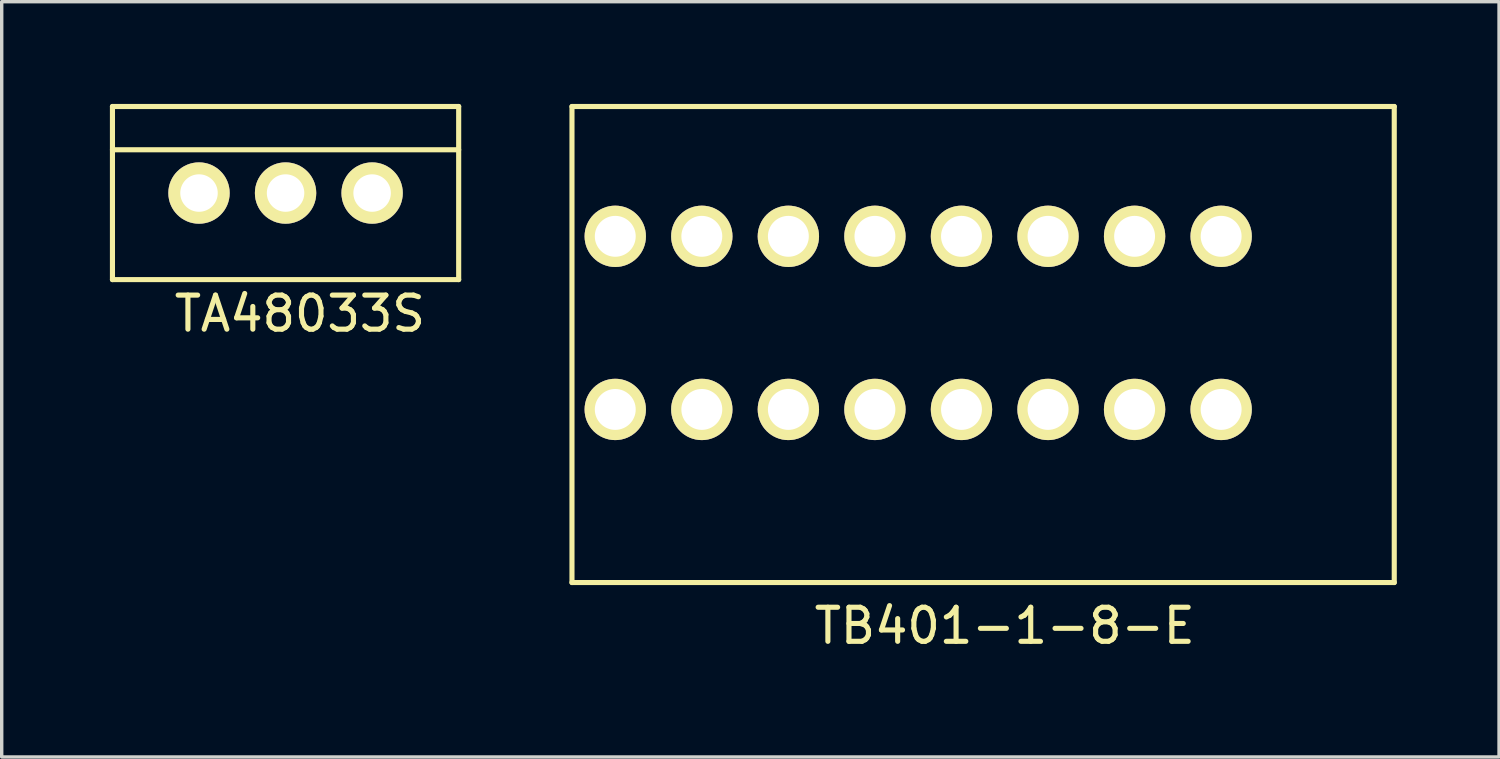
<source format=kicad_pcb>
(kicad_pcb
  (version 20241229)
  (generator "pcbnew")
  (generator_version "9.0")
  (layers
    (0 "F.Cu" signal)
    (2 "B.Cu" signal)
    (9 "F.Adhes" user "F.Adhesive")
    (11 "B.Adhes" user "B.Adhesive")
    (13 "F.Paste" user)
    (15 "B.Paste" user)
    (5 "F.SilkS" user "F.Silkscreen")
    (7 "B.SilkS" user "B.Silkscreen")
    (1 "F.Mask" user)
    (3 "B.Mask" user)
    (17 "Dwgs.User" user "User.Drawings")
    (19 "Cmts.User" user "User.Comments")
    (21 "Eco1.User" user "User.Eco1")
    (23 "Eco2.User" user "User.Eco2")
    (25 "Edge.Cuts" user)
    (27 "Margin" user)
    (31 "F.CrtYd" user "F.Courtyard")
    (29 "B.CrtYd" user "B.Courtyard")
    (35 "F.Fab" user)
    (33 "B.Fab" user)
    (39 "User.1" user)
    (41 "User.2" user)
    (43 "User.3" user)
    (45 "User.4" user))
  (footprint "TA48033S"
    (layer "F.Cu")
    (at 0.25 5.155)
    (property "Reference" "TA48033S" (at 5.5 1 0) (layer "F.SilkS") (effects (font (size 1 1) (thickness 0.15))))
    (attr through_hole)
    (fp_line (start 0 -5.08) (end 0 0) (stroke (width 0.15) (type solid)) (layer "F.SilkS"))
    (fp_line (start 0 -3.81) (end 10.16 -3.81) (stroke (width 0.15) (type solid)) (layer "F.SilkS"))
    (fp_line (start 0 0) (end 10.16 0) (stroke (width 0.15) (type solid)) (layer "F.SilkS"))
    (fp_line (start 10.16 -5.08) (end 0 -5.08) (stroke (width 0.15) (type solid)) (layer "F.SilkS"))
    (fp_line (start 10.16 0) (end 10.16 -5.08) (stroke (width 0.15) (type solid)) (layer "F.SilkS"))
    (pad "1" thru_hole circle (at 2.54 -2.54) (size 1.8 1.8) (drill 1.1) (layers "*.Cu" "*.Mask" "F.SilkS"))
    (pad "2" thru_hole circle (at 7.62 -2.54) (size 1.8 1.8) (drill 1.1) (layers "*.Cu" "*.Mask" "F.SilkS"))
    (pad "3" thru_hole circle (at 5.08 -2.54) (size 1.8 1.8) (drill 1.1) (layers "*.Cu" "*.Mask" "F.SilkS")))
  (footprint "TB401-1-8-E"
    (layer "F.Cu")
    (at 13.735 14.045)
    (property "Reference" "TB401-1-8-E" (at 12.7 1.27 0) (layer "F.SilkS") (effects (font (size 1 1) (thickness 0.15))))
    (attr through_hole)
    (fp_line (start 0 -13.97) (end 24.13 -13.97) (stroke (width 0.15) (type solid)) (layer "F.SilkS"))
    (fp_line (start 0 0) (end 0 -13.97) (stroke (width 0.15) (type solid)) (layer "F.SilkS"))
    (fp_line (start 24.13 -13.97) (end 24.13 0) (stroke (width 0.15) (type solid)) (layer "F.SilkS"))
    (fp_line (start 24.13 0) (end 0 0) (stroke (width 0.15) (type solid)) (layer "F.SilkS"))
    (pad "1" thru_hole circle (at 19.05 -10.16) (size 1.8 1.8) (drill 1.2) (layers "*.Cu" "*.Mask" "F.SilkS"))
    (pad "2" thru_hole circle (at 16.51 -10.16) (size 1.8 1.8) (drill 1.2) (layers "*.Cu" "*.Mask" "F.SilkS"))
    (pad "3" thru_hole circle (at 13.97 -10.16) (size 1.8 1.8) (drill 1.2) (layers "*.Cu" "*.Mask" "F.SilkS"))
    (pad "4" thru_hole circle (at 11.43 -10.16) (size 1.8 1.8) (drill 1.2) (layers "*.Cu" "*.Mask" "F.SilkS"))
    (pad "5" thru_hole circle (at 8.89 -10.16) (size 1.8 1.8) (drill 1.2) (layers "*.Cu" "*.Mask" "F.SilkS"))
    (pad "6" thru_hole circle (at 6.35 -10.16) (size 1.8 1.8) (drill 1.2) (layers "*.Cu" "*.Mask" "F.SilkS"))
    (pad "7" thru_hole circle (at 3.81 -10.16) (size 1.8 1.8) (drill 1.2) (layers "*.Cu" "*.Mask" "F.SilkS"))
    (pad "8" thru_hole circle (at 1.27 -10.16) (size 1.8 1.8) (drill 1.2) (layers "*.Cu" "*.Mask" "F.SilkS"))
    (pad "9" thru_hole circle (at 19.05 -5.08) (size 1.8 1.8) (drill 1.2) (layers "*.Cu" "*.Mask" "F.SilkS"))
    (pad "10" thru_hole circle (at 16.51 -5.08) (size 1.8 1.8) (drill 1.2) (layers "*.Cu" "*.Mask" "F.SilkS"))
    (pad "11" thru_hole circle (at 13.97 -5.08) (size 1.8 1.8) (drill 1.2) (layers "*.Cu" "*.Mask" "F.SilkS"))
    (pad "12" thru_hole circle (at 11.43 -5.08) (size 1.8 1.8) (drill 1.2) (layers "*.Cu" "*.Mask" "F.SilkS"))
    (pad "13" thru_hole circle (at 8.89 -5.08) (size 1.8 1.8) (drill 1.2) (layers "*.Cu" "*.Mask" "F.SilkS"))
    (pad "14" thru_hole circle (at 6.35 -5.08) (size 1.8 1.8) (drill 1.2) (layers "*.Cu" "*.Mask" "F.SilkS"))
    (pad "15" thru_hole circle (at 3.81 -5.08) (size 1.8 1.8) (drill 1.2) (layers "*.Cu" "*.Mask" "F.SilkS"))
    (pad "16" thru_hole circle (at 1.27 -5.08) (size 1.8 1.8) (drill 1.2) (layers "*.Cu" "*.Mask" "F.SilkS")))
  (gr_rect
    (start -3 -3)
    (end 40.94 19.163)
    (stroke (width 0.1) (type default))
    (fill no)
    (layer "Edge.Cuts")))
</source>
